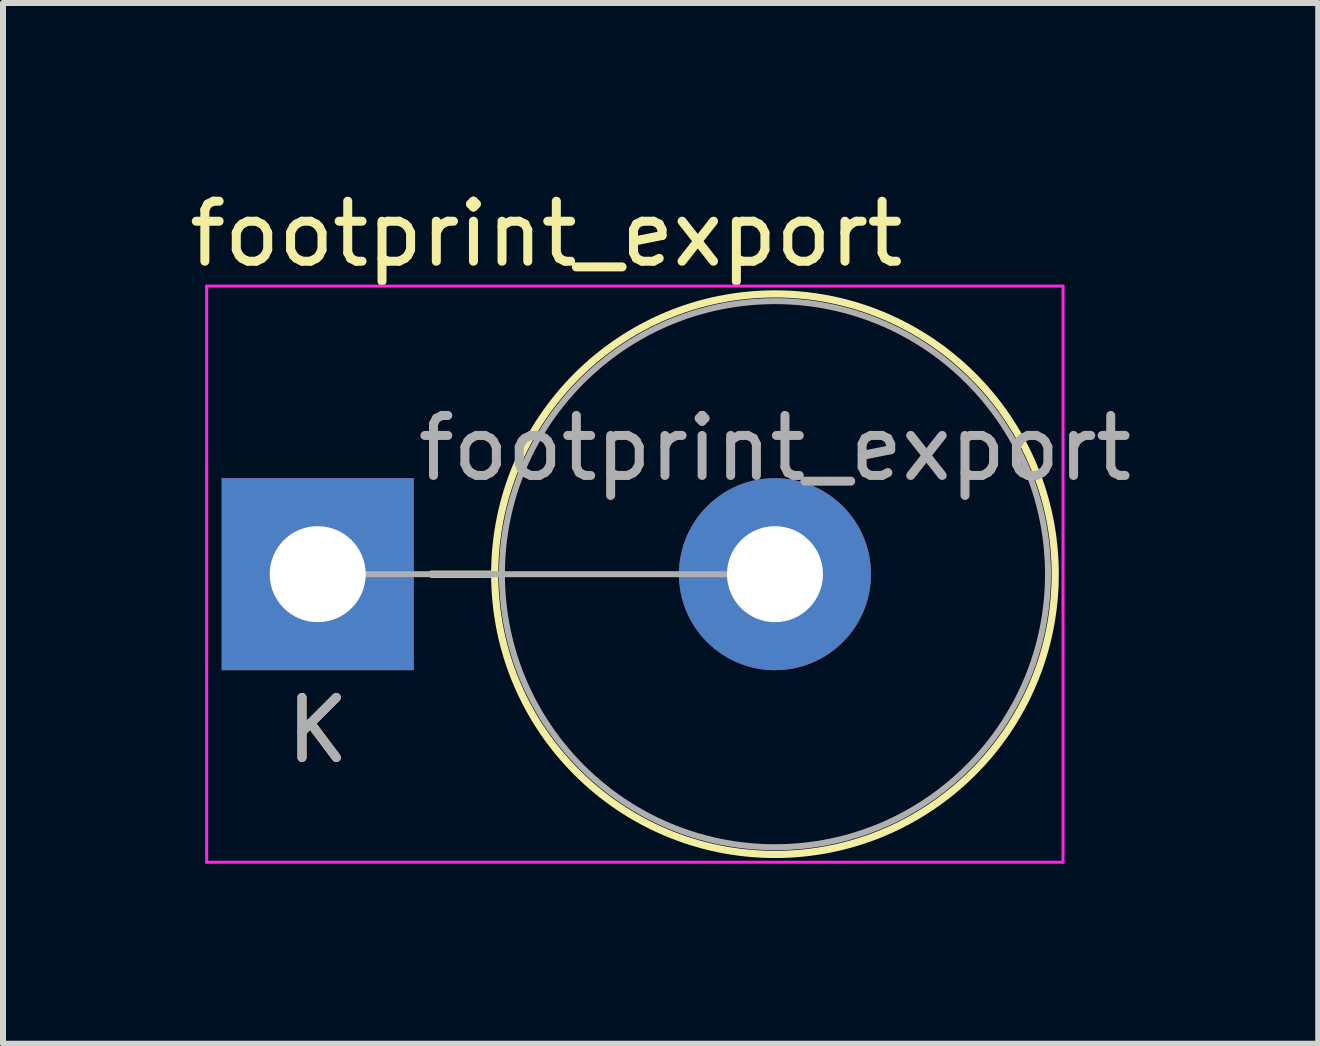
<source format=kicad_pcb>
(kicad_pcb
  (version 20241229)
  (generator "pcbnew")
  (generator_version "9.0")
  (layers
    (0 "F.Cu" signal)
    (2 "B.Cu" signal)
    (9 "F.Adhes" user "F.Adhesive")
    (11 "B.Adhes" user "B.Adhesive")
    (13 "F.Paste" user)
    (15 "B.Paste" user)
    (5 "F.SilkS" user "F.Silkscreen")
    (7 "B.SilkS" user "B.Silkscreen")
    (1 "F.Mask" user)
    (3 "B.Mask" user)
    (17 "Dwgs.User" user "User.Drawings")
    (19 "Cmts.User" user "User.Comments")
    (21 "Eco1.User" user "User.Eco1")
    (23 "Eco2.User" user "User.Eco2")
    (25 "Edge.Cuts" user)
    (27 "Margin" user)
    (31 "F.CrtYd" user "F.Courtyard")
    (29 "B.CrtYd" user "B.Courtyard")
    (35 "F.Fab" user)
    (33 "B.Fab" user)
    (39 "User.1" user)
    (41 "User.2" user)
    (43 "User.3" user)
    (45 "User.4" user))
  (footprint "footprint_export"
    (layer "F.Cu")
    (at 2.244 6.518)
    (property "Reference" "footprint_export" (at 3.81 -5.67 0) (layer "F.SilkS") (effects (font (size 1 1) (thickness 0.15))))
    (attr through_hole)
    (fp_line (start 2.95 0) (end 1.9 0) (stroke (width 0.12) (type solid)) (layer "F.SilkS"))
    (fp_circle (center 7.62 0) (end 12.29 0) (stroke (width 0.12) (type solid)) (fill no) (layer "F.SilkS"))
    (fp_line (start -1.85 -4.8) (end -1.85 4.8) (stroke (width 0.05) (type solid)) (layer "F.CrtYd"))
    (fp_line (start -1.85 4.8) (end 12.42 4.8) (stroke (width 0.05) (type solid)) (layer "F.CrtYd"))
    (fp_line (start 12.42 -4.8) (end -1.85 -4.8) (stroke (width 0.05) (type solid)) (layer "F.CrtYd"))
    (fp_line (start 12.42 4.8) (end 12.42 -4.8) (stroke (width 0.05) (type solid)) (layer "F.CrtYd"))
    (fp_line (start 0 0) (end 7.62 0) (stroke (width 0.1) (type solid)) (layer "F.Fab"))
    (fp_circle (center 7.62 0) (end 12.17 0) (stroke (width 0.1) (type solid)) (fill no) (layer "F.Fab"))
    (fp_text user "K" (at 0 2.6 0) (layer "F.SilkS") (effects (font (size 1 1) (thickness 0.15))))
    (fp_text user "${REFERENCE}" (at 7.62 -2.1 0) (layer "F.Fab") (effects (font (size 1 1) (thickness 0.15))))
    (fp_text user "K" (at 0 2.6 0) (layer "F.Fab") (effects (font (size 1 1) (thickness 0.15))))
    (pad "1" thru_hole rect (at 0 0) (size 3.2 3.2) (drill 1.6) (layers "*.Cu" "*.Mask"))
    (pad "2" thru_hole oval (at 7.62 0) (size 3.2 3.2) (drill 1.6) (layers "*.Cu" "*.Mask")))
  (gr_rect
    (start -3 -3)
    (end 18.917 14.343)
    (stroke (width 0.1) (type default))
    (fill no)
    (layer "Edge.Cuts")))
</source>
